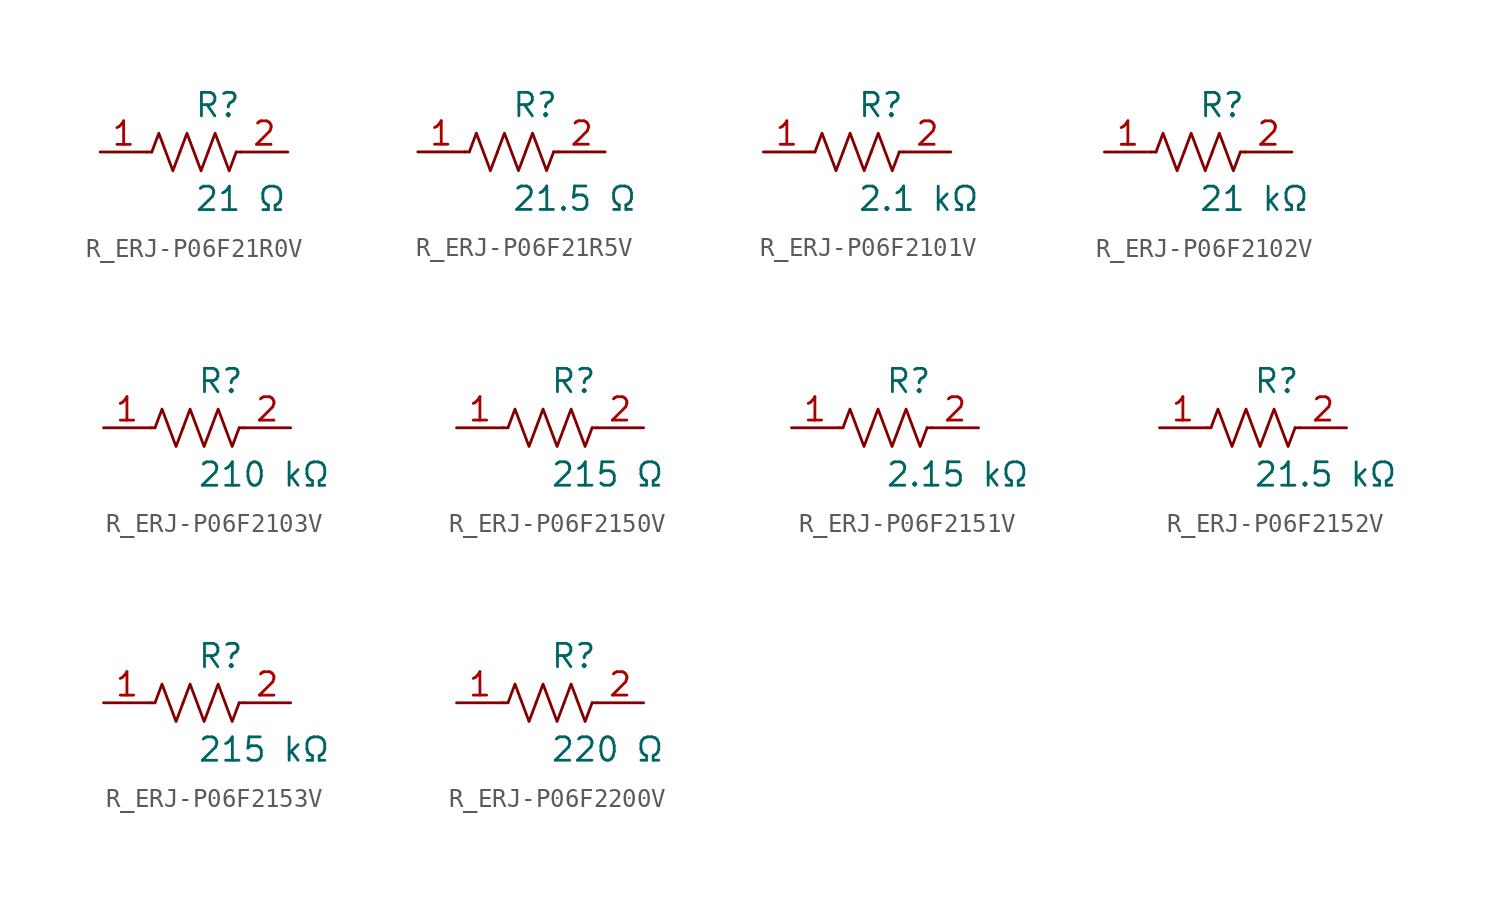
<source format=kicad_sym>
(kicad_symbol_lib
  (version 20231120)
  (generator kicad_symbol_editor)
  (generator_version 8.0)
  (symbol "R_ERJ-P06F21R0V"
    (pin_names
      (offset 0.254))
    (property "Reference" "R"
      (at 0 2.54 0)
      (effects (font (size 1.27 1.27)) (justify left)))
    (property "Value" "21 Ω"
      (at 0 -2.54 0)
      (effects (font (size 1.27 1.27)) (justify left)))
    (symbol "R_ERJ-P06F21R0V_0_1"
      (polyline (pts (xy 2.286 0) (xy 2.54 0)) (stroke (width 0) (type default)) (fill (type none)))
      (polyline (pts (xy -2.286 0) (xy -2.54 0)) (stroke (width 0) (type default)) (fill (type none)))
      (polyline (pts (xy 0.762 0) (xy 1.143 1.016) (xy 1.524 0) (xy 1.905 -1.016) (xy 2.286 0)) (stroke (width 0) (type default)) (fill (type none)))
      (polyline (pts (xy -0.762 0) (xy -0.381 1.016) (xy 0 0) (xy 0.381 -1.016) (xy 0.762 0)) (stroke (width 0) (type default)) (fill (type none)))
      (polyline (pts (xy -2.286 0) (xy -1.905 1.016) (xy -1.524 0) (xy -1.143 -1.016) (xy -0.762 0)) (stroke (width 0) (type default)) (fill (type none))))
    (pin passive line
      (at -5.08 0 0)
      (length 2.54)
      (name "" (effects (font (size 1.27 1.27))))
      (number "1" (effects (font (size 1.27 1.27)))))
    (pin passive line
      (at 5.08 0 180)
      (length 2.54)
      (name "" (effects (font (size 1.27 1.27))))
      (number "2" (effects (font (size 1.27 1.27))))))
  (symbol "R_ERJ-P06F21R5V"
    (pin_names
      (offset 0.254))
    (property "Reference" "R"
      (at 0 2.54 0)
      (effects (font (size 1.27 1.27)) (justify left)))
    (property "Value" "21.5 Ω"
      (at 0 -2.54 0)
      (effects (font (size 1.27 1.27)) (justify left)))
    (symbol "R_ERJ-P06F21R5V_0_1"
      (polyline (pts (xy 2.286 0) (xy 2.54 0)) (stroke (width 0) (type default)) (fill (type none)))
      (polyline (pts (xy -2.286 0) (xy -2.54 0)) (stroke (width 0) (type default)) (fill (type none)))
      (polyline (pts (xy 0.762 0) (xy 1.143 1.016) (xy 1.524 0) (xy 1.905 -1.016) (xy 2.286 0)) (stroke (width 0) (type default)) (fill (type none)))
      (polyline (pts (xy -0.762 0) (xy -0.381 1.016) (xy 0 0) (xy 0.381 -1.016) (xy 0.762 0)) (stroke (width 0) (type default)) (fill (type none)))
      (polyline (pts (xy -2.286 0) (xy -1.905 1.016) (xy -1.524 0) (xy -1.143 -1.016) (xy -0.762 0)) (stroke (width 0) (type default)) (fill (type none))))
    (pin passive line
      (at -5.08 0 0)
      (length 2.54)
      (name "" (effects (font (size 1.27 1.27))))
      (number "1" (effects (font (size 1.27 1.27)))))
    (pin passive line
      (at 5.08 0 180)
      (length 2.54)
      (name "" (effects (font (size 1.27 1.27))))
      (number "2" (effects (font (size 1.27 1.27))))))
  (symbol "R_ERJ-P06F2101V"
    (pin_names
      (offset 0.254))
    (property "Reference" "R"
      (at 0 2.54 0)
      (effects (font (size 1.27 1.27)) (justify left)))
    (property "Value" "2.1 kΩ"
      (at 0 -2.54 0)
      (effects (font (size 1.27 1.27)) (justify left)))
    (symbol "R_ERJ-P06F2101V_0_1"
      (polyline (pts (xy 2.286 0) (xy 2.54 0)) (stroke (width 0) (type default)) (fill (type none)))
      (polyline (pts (xy -2.286 0) (xy -2.54 0)) (stroke (width 0) (type default)) (fill (type none)))
      (polyline (pts (xy 0.762 0) (xy 1.143 1.016) (xy 1.524 0) (xy 1.905 -1.016) (xy 2.286 0)) (stroke (width 0) (type default)) (fill (type none)))
      (polyline (pts (xy -0.762 0) (xy -0.381 1.016) (xy 0 0) (xy 0.381 -1.016) (xy 0.762 0)) (stroke (width 0) (type default)) (fill (type none)))
      (polyline (pts (xy -2.286 0) (xy -1.905 1.016) (xy -1.524 0) (xy -1.143 -1.016) (xy -0.762 0)) (stroke (width 0) (type default)) (fill (type none))))
    (pin passive line
      (at -5.08 0 0)
      (length 2.54)
      (name "" (effects (font (size 1.27 1.27))))
      (number "1" (effects (font (size 1.27 1.27)))))
    (pin passive line
      (at 5.08 0 180)
      (length 2.54)
      (name "" (effects (font (size 1.27 1.27))))
      (number "2" (effects (font (size 1.27 1.27))))))
  (symbol "R_ERJ-P06F2102V"
    (pin_names
      (offset 0.254))
    (property "Reference" "R"
      (at 0 2.54 0)
      (effects (font (size 1.27 1.27)) (justify left)))
    (property "Value" "21 kΩ"
      (at 0 -2.54 0)
      (effects (font (size 1.27 1.27)) (justify left)))
    (symbol "R_ERJ-P06F2102V_0_1"
      (polyline (pts (xy 2.286 0) (xy 2.54 0)) (stroke (width 0) (type default)) (fill (type none)))
      (polyline (pts (xy -2.286 0) (xy -2.54 0)) (stroke (width 0) (type default)) (fill (type none)))
      (polyline (pts (xy 0.762 0) (xy 1.143 1.016) (xy 1.524 0) (xy 1.905 -1.016) (xy 2.286 0)) (stroke (width 0) (type default)) (fill (type none)))
      (polyline (pts (xy -0.762 0) (xy -0.381 1.016) (xy 0 0) (xy 0.381 -1.016) (xy 0.762 0)) (stroke (width 0) (type default)) (fill (type none)))
      (polyline (pts (xy -2.286 0) (xy -1.905 1.016) (xy -1.524 0) (xy -1.143 -1.016) (xy -0.762 0)) (stroke (width 0) (type default)) (fill (type none))))
    (pin passive line
      (at -5.08 0 0)
      (length 2.54)
      (name "" (effects (font (size 1.27 1.27))))
      (number "1" (effects (font (size 1.27 1.27)))))
    (pin passive line
      (at 5.08 0 180)
      (length 2.54)
      (name "" (effects (font (size 1.27 1.27))))
      (number "2" (effects (font (size 1.27 1.27))))))
  (symbol "R_ERJ-P06F2103V"
    (pin_names
      (offset 0.254))
    (property "Reference" "R"
      (at 0 2.54 0)
      (effects (font (size 1.27 1.27)) (justify left)))
    (property "Value" "210 kΩ"
      (at 0 -2.54 0)
      (effects (font (size 1.27 1.27)) (justify left)))
    (symbol "R_ERJ-P06F2103V_0_1"
      (polyline (pts (xy 2.286 0) (xy 2.54 0)) (stroke (width 0) (type default)) (fill (type none)))
      (polyline (pts (xy -2.286 0) (xy -2.54 0)) (stroke (width 0) (type default)) (fill (type none)))
      (polyline (pts (xy 0.762 0) (xy 1.143 1.016) (xy 1.524 0) (xy 1.905 -1.016) (xy 2.286 0)) (stroke (width 0) (type default)) (fill (type none)))
      (polyline (pts (xy -0.762 0) (xy -0.381 1.016) (xy 0 0) (xy 0.381 -1.016) (xy 0.762 0)) (stroke (width 0) (type default)) (fill (type none)))
      (polyline (pts (xy -2.286 0) (xy -1.905 1.016) (xy -1.524 0) (xy -1.143 -1.016) (xy -0.762 0)) (stroke (width 0) (type default)) (fill (type none))))
    (pin passive line
      (at -5.08 0 0)
      (length 2.54)
      (name "" (effects (font (size 1.27 1.27))))
      (number "1" (effects (font (size 1.27 1.27)))))
    (pin passive line
      (at 5.08 0 180)
      (length 2.54)
      (name "" (effects (font (size 1.27 1.27))))
      (number "2" (effects (font (size 1.27 1.27))))))
  (symbol "R_ERJ-P06F2150V"
    (pin_names
      (offset 0.254))
    (property "Reference" "R"
      (at 0 2.54 0)
      (effects (font (size 1.27 1.27)) (justify left)))
    (property "Value" "215 Ω"
      (at 0 -2.54 0)
      (effects (font (size 1.27 1.27)) (justify left)))
    (symbol "R_ERJ-P06F2150V_0_1"
      (polyline (pts (xy 2.286 0) (xy 2.54 0)) (stroke (width 0) (type default)) (fill (type none)))
      (polyline (pts (xy -2.286 0) (xy -2.54 0)) (stroke (width 0) (type default)) (fill (type none)))
      (polyline (pts (xy 0.762 0) (xy 1.143 1.016) (xy 1.524 0) (xy 1.905 -1.016) (xy 2.286 0)) (stroke (width 0) (type default)) (fill (type none)))
      (polyline (pts (xy -0.762 0) (xy -0.381 1.016) (xy 0 0) (xy 0.381 -1.016) (xy 0.762 0)) (stroke (width 0) (type default)) (fill (type none)))
      (polyline (pts (xy -2.286 0) (xy -1.905 1.016) (xy -1.524 0) (xy -1.143 -1.016) (xy -0.762 0)) (stroke (width 0) (type default)) (fill (type none))))
    (pin passive line
      (at -5.08 0 0)
      (length 2.54)
      (name "" (effects (font (size 1.27 1.27))))
      (number "1" (effects (font (size 1.27 1.27)))))
    (pin passive line
      (at 5.08 0 180)
      (length 2.54)
      (name "" (effects (font (size 1.27 1.27))))
      (number "2" (effects (font (size 1.27 1.27))))))
  (symbol "R_ERJ-P06F2151V"
    (pin_names
      (offset 0.254))
    (property "Reference" "R"
      (at 0 2.54 0)
      (effects (font (size 1.27 1.27)) (justify left)))
    (property "Value" "2.15 kΩ"
      (at 0 -2.54 0)
      (effects (font (size 1.27 1.27)) (justify left)))
    (symbol "R_ERJ-P06F2151V_0_1"
      (polyline (pts (xy 2.286 0) (xy 2.54 0)) (stroke (width 0) (type default)) (fill (type none)))
      (polyline (pts (xy -2.286 0) (xy -2.54 0)) (stroke (width 0) (type default)) (fill (type none)))
      (polyline (pts (xy 0.762 0) (xy 1.143 1.016) (xy 1.524 0) (xy 1.905 -1.016) (xy 2.286 0)) (stroke (width 0) (type default)) (fill (type none)))
      (polyline (pts (xy -0.762 0) (xy -0.381 1.016) (xy 0 0) (xy 0.381 -1.016) (xy 0.762 0)) (stroke (width 0) (type default)) (fill (type none)))
      (polyline (pts (xy -2.286 0) (xy -1.905 1.016) (xy -1.524 0) (xy -1.143 -1.016) (xy -0.762 0)) (stroke (width 0) (type default)) (fill (type none))))
    (pin passive line
      (at -5.08 0 0)
      (length 2.54)
      (name "" (effects (font (size 1.27 1.27))))
      (number "1" (effects (font (size 1.27 1.27)))))
    (pin passive line
      (at 5.08 0 180)
      (length 2.54)
      (name "" (effects (font (size 1.27 1.27))))
      (number "2" (effects (font (size 1.27 1.27))))))
  (symbol "R_ERJ-P06F2152V"
    (pin_names
      (offset 0.254))
    (property "Reference" "R"
      (at 0 2.54 0)
      (effects (font (size 1.27 1.27)) (justify left)))
    (property "Value" "21.5 kΩ"
      (at 0 -2.54 0)
      (effects (font (size 1.27 1.27)) (justify left)))
    (symbol "R_ERJ-P06F2152V_0_1"
      (polyline (pts (xy 2.286 0) (xy 2.54 0)) (stroke (width 0) (type default)) (fill (type none)))
      (polyline (pts (xy -2.286 0) (xy -2.54 0)) (stroke (width 0) (type default)) (fill (type none)))
      (polyline (pts (xy 0.762 0) (xy 1.143 1.016) (xy 1.524 0) (xy 1.905 -1.016) (xy 2.286 0)) (stroke (width 0) (type default)) (fill (type none)))
      (polyline (pts (xy -0.762 0) (xy -0.381 1.016) (xy 0 0) (xy 0.381 -1.016) (xy 0.762 0)) (stroke (width 0) (type default)) (fill (type none)))
      (polyline (pts (xy -2.286 0) (xy -1.905 1.016) (xy -1.524 0) (xy -1.143 -1.016) (xy -0.762 0)) (stroke (width 0) (type default)) (fill (type none))))
    (pin passive line
      (at -5.08 0 0)
      (length 2.54)
      (name "" (effects (font (size 1.27 1.27))))
      (number "1" (effects (font (size 1.27 1.27)))))
    (pin passive line
      (at 5.08 0 180)
      (length 2.54)
      (name "" (effects (font (size 1.27 1.27))))
      (number "2" (effects (font (size 1.27 1.27))))))
  (symbol "R_ERJ-P06F2153V"
    (pin_names
      (offset 0.254))
    (property "Reference" "R"
      (at 0 2.54 0)
      (effects (font (size 1.27 1.27)) (justify left)))
    (property "Value" "215 kΩ"
      (at 0 -2.54 0)
      (effects (font (size 1.27 1.27)) (justify left)))
    (symbol "R_ERJ-P06F2153V_0_1"
      (polyline (pts (xy 2.286 0) (xy 2.54 0)) (stroke (width 0) (type default)) (fill (type none)))
      (polyline (pts (xy -2.286 0) (xy -2.54 0)) (stroke (width 0) (type default)) (fill (type none)))
      (polyline (pts (xy 0.762 0) (xy 1.143 1.016) (xy 1.524 0) (xy 1.905 -1.016) (xy 2.286 0)) (stroke (width 0) (type default)) (fill (type none)))
      (polyline (pts (xy -0.762 0) (xy -0.381 1.016) (xy 0 0) (xy 0.381 -1.016) (xy 0.762 0)) (stroke (width 0) (type default)) (fill (type none)))
      (polyline (pts (xy -2.286 0) (xy -1.905 1.016) (xy -1.524 0) (xy -1.143 -1.016) (xy -0.762 0)) (stroke (width 0) (type default)) (fill (type none))))
    (pin passive line
      (at -5.08 0 0)
      (length 2.54)
      (name "" (effects (font (size 1.27 1.27))))
      (number "1" (effects (font (size 1.27 1.27)))))
    (pin passive line
      (at 5.08 0 180)
      (length 2.54)
      (name "" (effects (font (size 1.27 1.27))))
      (number "2" (effects (font (size 1.27 1.27))))))
  (symbol "R_ERJ-P06F2200V"
    (pin_names
      (offset 0.254))
    (property "Reference" "R"
      (at 0 2.54 0)
      (effects (font (size 1.27 1.27)) (justify left)))
    (property "Value" "220 Ω"
      (at 0 -2.54 0)
      (effects (font (size 1.27 1.27)) (justify left)))
    (symbol "R_ERJ-P06F2200V_0_1"
      (polyline (pts (xy 2.286 0) (xy 2.54 0)) (stroke (width 0) (type default)) (fill (type none)))
      (polyline (pts (xy -2.286 0) (xy -2.54 0)) (stroke (width 0) (type default)) (fill (type none)))
      (polyline (pts (xy 0.762 0) (xy 1.143 1.016) (xy 1.524 0) (xy 1.905 -1.016) (xy 2.286 0)) (stroke (width 0) (type default)) (fill (type none)))
      (polyline (pts (xy -0.762 0) (xy -0.381 1.016) (xy 0 0) (xy 0.381 -1.016) (xy 0.762 0)) (stroke (width 0) (type default)) (fill (type none)))
      (polyline (pts (xy -2.286 0) (xy -1.905 1.016) (xy -1.524 0) (xy -1.143 -1.016) (xy -0.762 0)) (stroke (width 0) (type default)) (fill (type none))))
    (pin passive line
      (at -5.08 0 0)
      (length 2.54)
      (name "" (effects (font (size 1.27 1.27))))
      (number "1" (effects (font (size 1.27 1.27)))))
    (pin passive line
      (at 5.08 0 180)
      (length 2.54)
      (name "" (effects (font (size 1.27 1.27))))
      (number "2" (effects (font (size 1.27 1.27)))))))
</source>
